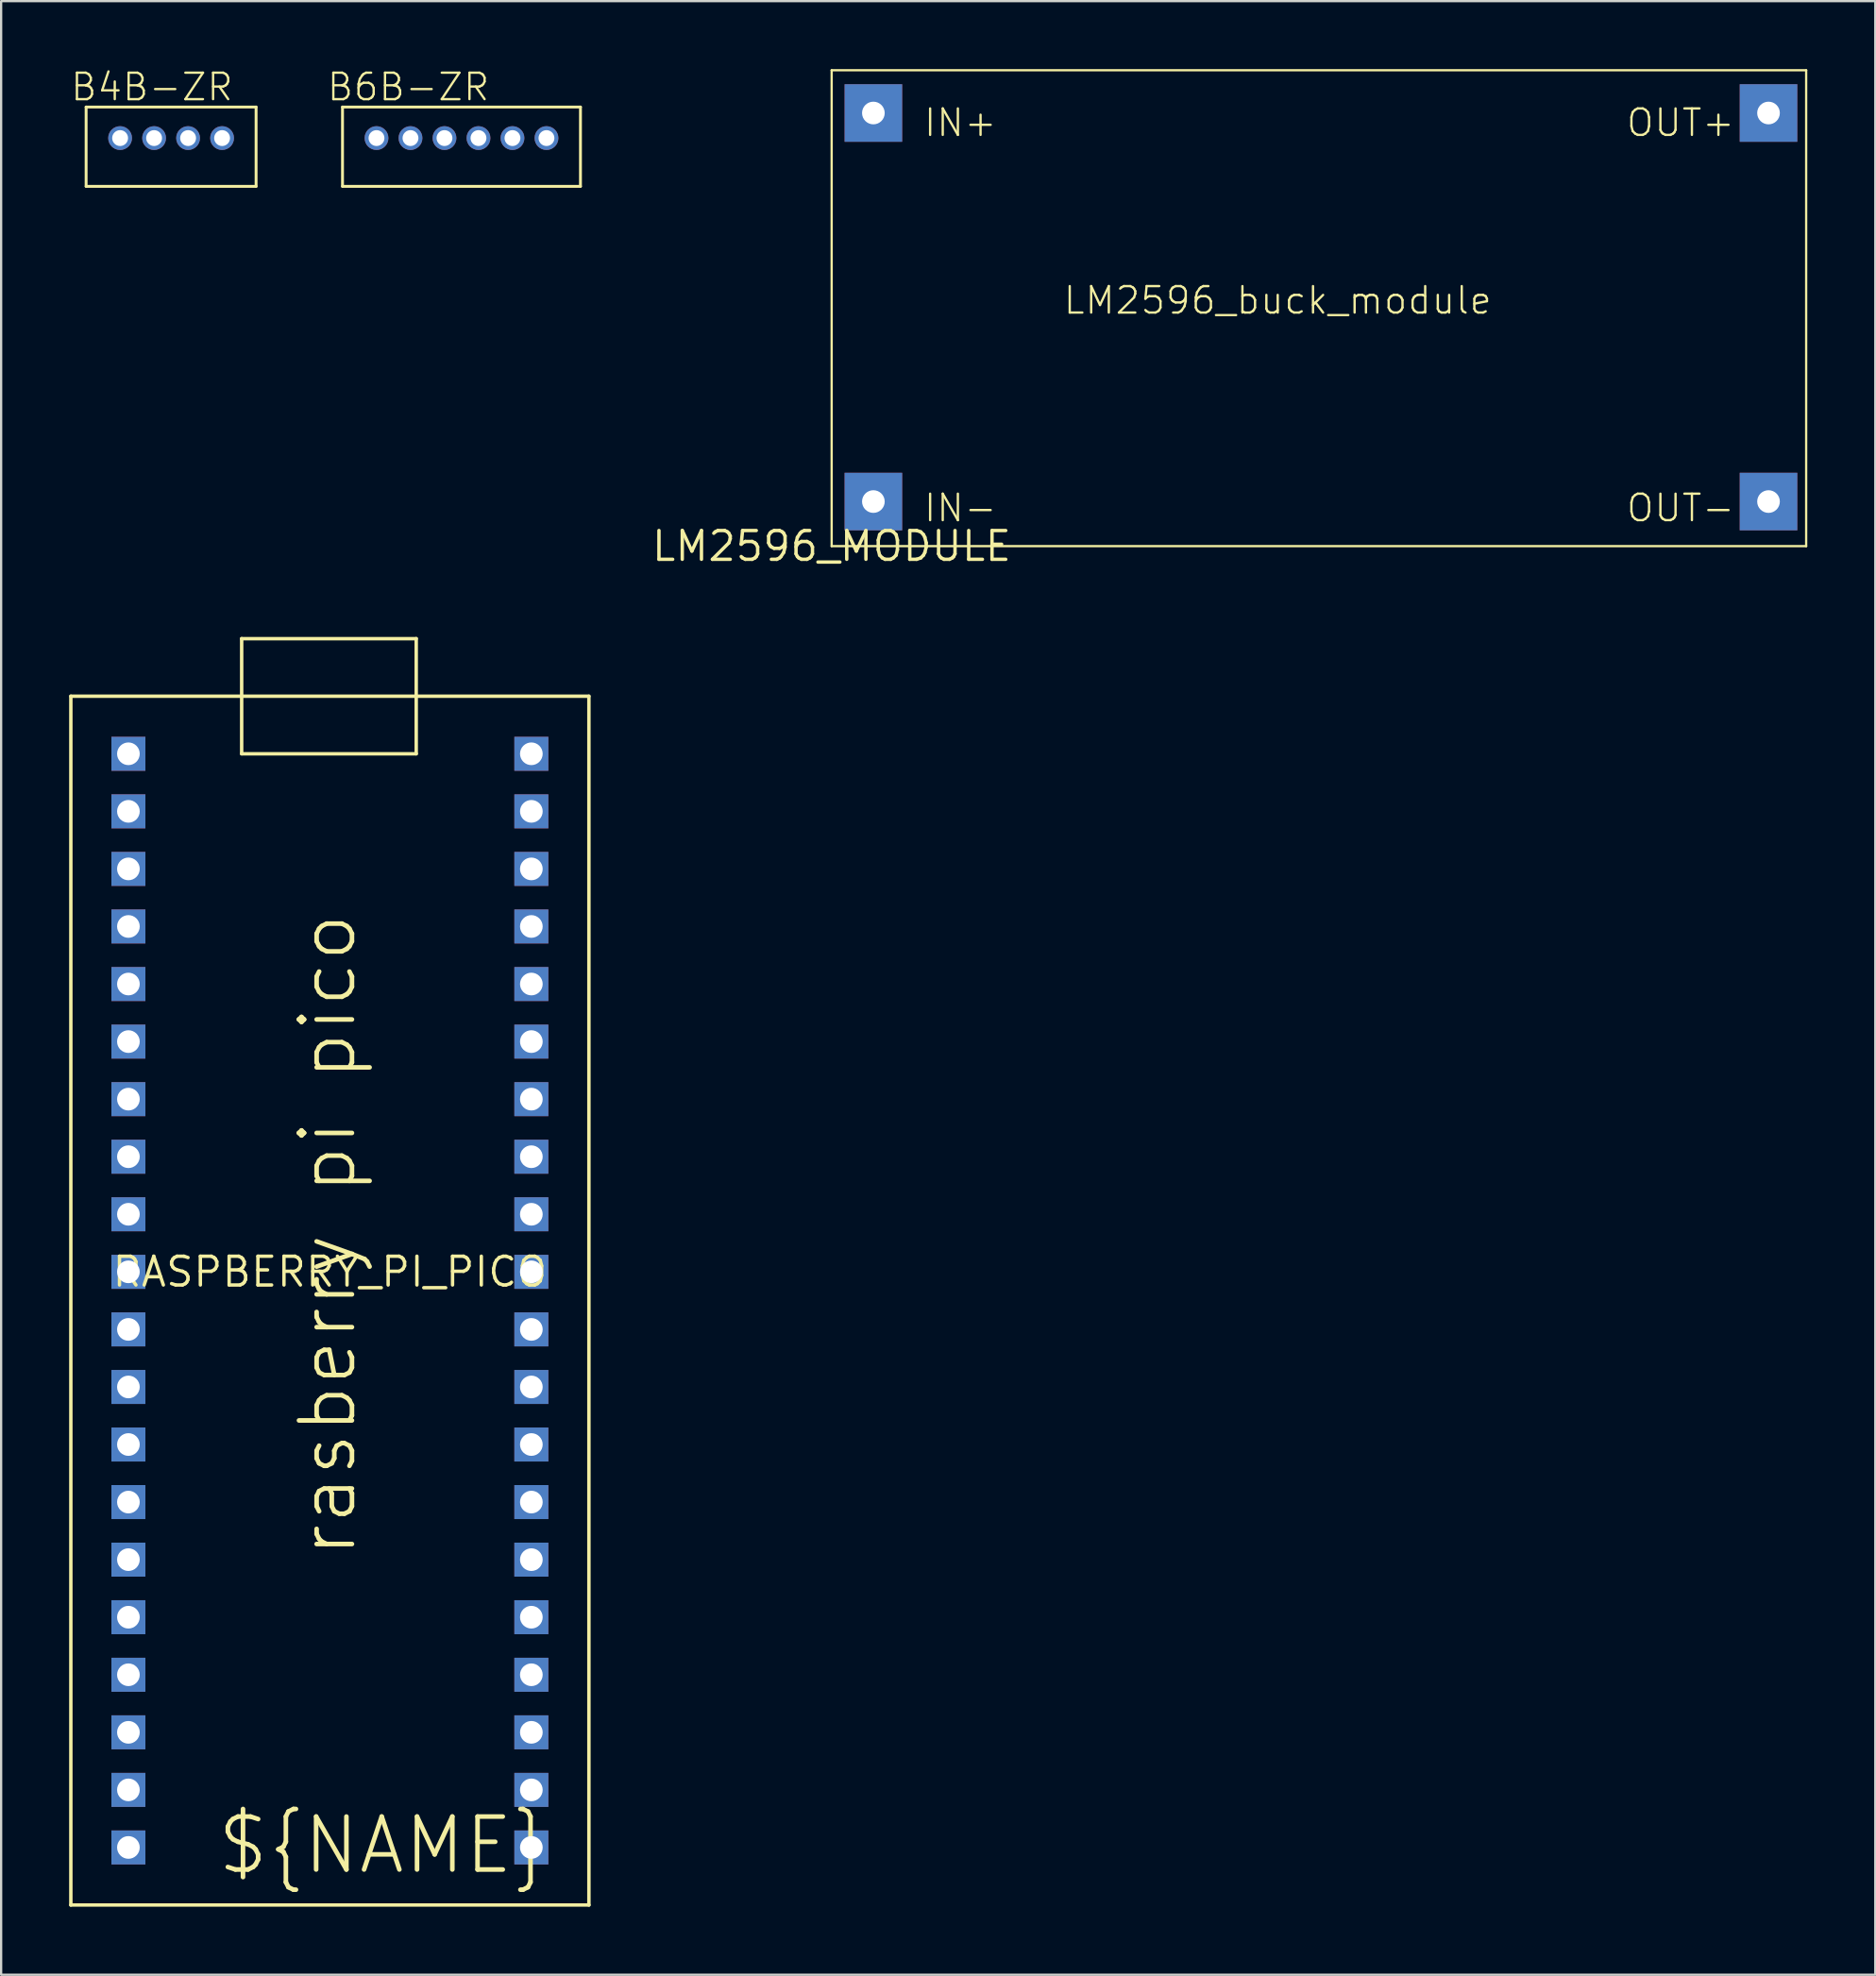
<source format=kicad_pcb>
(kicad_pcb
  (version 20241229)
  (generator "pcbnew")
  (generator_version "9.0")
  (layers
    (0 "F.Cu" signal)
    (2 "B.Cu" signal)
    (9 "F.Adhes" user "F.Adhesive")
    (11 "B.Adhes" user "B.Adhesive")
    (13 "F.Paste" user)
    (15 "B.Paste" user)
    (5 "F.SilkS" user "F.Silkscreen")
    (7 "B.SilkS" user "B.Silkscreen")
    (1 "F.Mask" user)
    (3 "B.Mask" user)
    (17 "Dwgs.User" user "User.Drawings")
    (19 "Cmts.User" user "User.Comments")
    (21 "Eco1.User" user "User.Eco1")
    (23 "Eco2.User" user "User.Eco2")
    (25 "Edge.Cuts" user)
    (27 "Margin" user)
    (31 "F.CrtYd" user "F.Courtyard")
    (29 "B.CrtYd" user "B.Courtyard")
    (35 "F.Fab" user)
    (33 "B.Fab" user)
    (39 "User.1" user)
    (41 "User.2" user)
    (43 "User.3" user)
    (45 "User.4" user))
  (footprint "RASPBERRY_PI_PICO"
    (layer "F.Cu")
    (at 11.506 53.072)
    (property "Reference" "RASPBERRY_PI_PICO" (at 0 0 0) (layer "F.SilkS") (effects (font (size 1.27 1.27) (thickness 0.15))))
    (fp_line (start -11.43 -25.4) (end -11.43 27.94) (stroke (width 0.152) (type solid)) (layer "F.SilkS"))
    (fp_line (start -11.43 27.94) (end 11.43 27.94) (stroke (width 0.152) (type solid)) (layer "F.SilkS"))
    (fp_line (start -3.893 -27.94) (end -3.893 -22.86) (stroke (width 0.152) (type solid)) (layer "F.SilkS"))
    (fp_line (start -3.893 -22.86) (end 3.81 -22.86) (stroke (width 0.152) (type solid)) (layer "F.SilkS"))
    (fp_line (start 3.81 -27.94) (end -3.893 -27.94) (stroke (width 0.152) (type solid)) (layer "F.SilkS"))
    (fp_line (start 3.81 -22.86) (end 3.81 -27.94) (stroke (width 0.152) (type solid)) (layer "F.SilkS"))
    (fp_line (start 11.43 -25.4) (end -11.43 -25.4) (stroke (width 0.152) (type solid)) (layer "F.SilkS"))
    (fp_line (start 11.43 27.94) (end 11.43 -25.4) (stroke (width 0.152) (type solid)) (layer "F.SilkS"))
    (fp_text user "rasberry pi pico" (at 1.27 12.7 90) (unlocked yes) (layer "F.SilkS") (effects (font (size 2.337 2.337) (thickness 0.203)) (justify left bottom)))
    (fp_text user "${NAME}" (at -5.08 26.67 0) (unlocked yes) (layer "F.SilkS") (effects (font (size 2.337 2.337) (thickness 0.203)) (justify left bottom)))
    (pad "3V3" thru_hole rect (at 8.89 -12.7) (size 1.5 1.5) (drill 1) (layers "*.Cu" "*.Mask"))
    (pad "3V3_EN" thru_hole rect (at 8.89 -15.24) (size 1.5 1.5) (drill 1) (layers "*.Cu" "*.Mask"))
    (pad "ADC_VREF" thru_hole rect (at 8.89 -10.16) (size 1.5 1.5) (drill 1) (layers "*.Cu" "*.Mask"))
    (pad "AGND" thru_hole rect (at 8.89 -5.08) (size 1.5 1.5) (drill 1) (layers "*.Cu" "*.Mask"))
    (pad "GND" thru_hole rect (at 8.89 -17.78) (size 1.5 1.5) (drill 1) (layers "*.Cu" "*.Mask"))
    (pad "GND2" thru_hole rect (at 8.89 7.62) (size 1.5 1.5) (drill 1) (layers "*.Cu" "*.Mask"))
    (pad "GND3" thru_hole rect (at 8.89 20.32) (size 1.5 1.5) (drill 1) (layers "*.Cu" "*.Mask"))
    (pad "GND4" thru_hole rect (at -8.89 -17.78) (size 1.5 1.5) (drill 1) (layers "*.Cu" "*.Mask"))
    (pad "GND5" thru_hole rect (at -8.89 -5.08) (size 1.5 1.5) (drill 1) (layers "*.Cu" "*.Mask"))
    (pad "GND6" thru_hole rect (at -8.89 7.62) (size 1.5 1.5) (drill 1) (layers "*.Cu" "*.Mask"))
    (pad "GND7" thru_hole rect (at -8.89 20.32) (size 1.5 1.5) (drill 1) (layers "*.Cu" "*.Mask"))
    (pad "GP0" thru_hole rect (at -8.89 -22.86) (size 1.5 1.5) (drill 1) (layers "*.Cu" "*.Mask"))
    (pad "GP1" thru_hole rect (at -8.89 -20.32) (size 1.5 1.5) (drill 1) (layers "*.Cu" "*.Mask"))
    (pad "GP2" thru_hole rect (at -8.89 -15.24) (size 1.5 1.5) (drill 1) (layers "*.Cu" "*.Mask"))
    (pad "GP3" thru_hole rect (at -8.89 -12.7) (size 1.5 1.5) (drill 1) (layers "*.Cu" "*.Mask"))
    (pad "GP4" thru_hole rect (at -8.89 -10.16) (size 1.5 1.5) (drill 1) (layers "*.Cu" "*.Mask"))
    (pad "GP5" thru_hole rect (at -8.89 -7.62) (size 1.5 1.5) (drill 1) (layers "*.Cu" "*.Mask"))
    (pad "GP6" thru_hole rect (at -8.89 -2.54) (size 1.5 1.5) (drill 1) (layers "*.Cu" "*.Mask"))
    (pad "GP7" thru_hole rect (at -8.89 0) (size 1.5 1.5) (drill 1) (layers "*.Cu" "*.Mask"))
    (pad "GP8" thru_hole rect (at -8.89 2.54) (size 1.5 1.5) (drill 1) (layers "*.Cu" "*.Mask"))
    (pad "GP9" thru_hole rect (at -8.89 5.08) (size 1.5 1.5) (drill 1) (layers "*.Cu" "*.Mask"))
    (pad "GP10" thru_hole rect (at -8.89 10.16) (size 1.5 1.5) (drill 1) (layers "*.Cu" "*.Mask"))
    (pad "GP11" thru_hole rect (at -8.89 12.7) (size 1.5 1.5) (drill 1) (layers "*.Cu" "*.Mask"))
    (pad "GP12" thru_hole rect (at -8.89 15.24) (size 1.5 1.5) (drill 1) (layers "*.Cu" "*.Mask"))
    (pad "GP13" thru_hole rect (at -8.89 17.78) (size 1.5 1.5) (drill 1) (layers "*.Cu" "*.Mask"))
    (pad "GP14" thru_hole rect (at -8.89 22.86) (size 1.5 1.5) (drill 1) (layers "*.Cu" "*.Mask"))
    (pad "GP15" thru_hole rect (at -8.89 25.4) (size 1.5 1.5) (drill 1) (layers "*.Cu" "*.Mask"))
    (pad "GP16" thru_hole rect (at 8.89 25.4) (size 1.5 1.5) (drill 1) (layers "*.Cu" "*.Mask"))
    (pad "GP17" thru_hole rect (at 8.89 22.86) (size 1.5 1.5) (drill 1) (layers "*.Cu" "*.Mask"))
    (pad "GP18" thru_hole rect (at 8.89 17.78) (size 1.5 1.5) (drill 1) (layers "*.Cu" "*.Mask"))
    (pad "GP19" thru_hole rect (at 8.89 15.24) (size 1.5 1.5) (drill 1) (layers "*.Cu" "*.Mask"))
    (pad "GP20" thru_hole rect (at 8.89 12.7) (size 1.5 1.5) (drill 1) (layers "*.Cu" "*.Mask"))
    (pad "GP21" thru_hole rect (at 8.89 10.16) (size 1.5 1.5) (drill 1) (layers "*.Cu" "*.Mask"))
    (pad "GP22" thru_hole rect (at 8.89 5.08) (size 1.5 1.5) (drill 1) (layers "*.Cu" "*.Mask"))
    (pad "GP26_A0" thru_hole rect (at 8.89 0) (size 1.5 1.5) (drill 1) (layers "*.Cu" "*.Mask"))
    (pad "GP27_A1" thru_hole rect (at 8.89 -2.54) (size 1.5 1.5) (drill 1) (layers "*.Cu" "*.Mask"))
    (pad "GP28_A2" thru_hole rect (at 8.89 -7.62) (size 1.5 1.5) (drill 1) (layers "*.Cu" "*.Mask"))
    (pad "RUN" thru_hole rect (at 8.89 2.54) (size 1.5 1.5) (drill 1) (layers "*.Cu" "*.Mask"))
    (pad "VBUS" thru_hole rect (at 8.89 -22.86) (size 1.5 1.5) (drill 1) (layers "*.Cu" "*.Mask"))
    (pad "VSYS" thru_hole rect (at 8.89 -20.32) (size 1.5 1.5) (drill 1) (layers "*.Cu" "*.Mask")))
  (footprint "B4B-ZR"
    (layer "F.Cu")
    (at 0.75 1.743)
    (property "Reference" "B4B-ZR" (at -0.75 -0.27 0) (unlocked yes) (layer "F.SilkS") (effects (font (size 1.168 1.168) (thickness 0.102)) (justify left bottom)))
    (fp_line (start 0 -0.07) (end 7.5 -0.07) (stroke (width 0.127) (type solid)) (layer "F.SilkS"))
    (fp_line (start 0 3.43) (end 0 -0.07) (stroke (width 0.127) (type solid)) (layer "F.SilkS"))
    (fp_line (start 7.5 -0.07) (end 7.5 3.43) (stroke (width 0.127) (type solid)) (layer "F.SilkS"))
    (fp_line (start 7.5 3.43) (end 0 3.43) (stroke (width 0.127) (type solid)) (layer "F.SilkS"))
    (pad "1" thru_hole circle (at 6 1.3) (size 1.05 1.05) (drill 0.7) (layers "*.Cu" "*.Mask"))
    (pad "2" thru_hole circle (at 4.5 1.3) (size 1.05 1.05) (drill 0.7) (layers "*.Cu" "*.Mask"))
    (pad "3" thru_hole circle (at 3 1.3) (size 1.05 1.05) (drill 0.7) (layers "*.Cu" "*.Mask"))
    (pad "4" thru_hole circle (at 1.5 1.3) (size 1.05 1.05) (drill 0.7) (layers "*.Cu" "*.Mask")))
  (footprint "B6B-ZR"
    (layer "F.Cu")
    (at 12.063 1.743)
    (property "Reference" "B6B-ZR" (at -0.75 -0.27 0) (unlocked yes) (layer "F.SilkS") (effects (font (size 1.168 1.168) (thickness 0.102)) (justify left bottom)))
    (fp_line (start 0 -0.07) (end 10.5 -0.07) (stroke (width 0.127) (type solid)) (layer "F.SilkS"))
    (fp_line (start 0 3.43) (end 0 -0.07) (stroke (width 0.127) (type solid)) (layer "F.SilkS"))
    (fp_line (start 10.5 -0.07) (end 10.5 3.43) (stroke (width 0.127) (type solid)) (layer "F.SilkS"))
    (fp_line (start 10.5 3.43) (end 0 3.43) (stroke (width 0.127) (type solid)) (layer "F.SilkS"))
    (pad "1" thru_hole circle (at 9 1.3) (size 1.05 1.05) (drill 0.7) (layers "*.Cu" "*.Mask"))
    (pad "2" thru_hole circle (at 7.5 1.3) (size 1.05 1.05) (drill 0.7) (layers "*.Cu" "*.Mask"))
    (pad "3" thru_hole circle (at 6 1.3) (size 1.05 1.05) (drill 0.7) (layers "*.Cu" "*.Mask"))
    (pad "4" thru_hole circle (at 4.5 1.3) (size 1.05 1.05) (drill 0.7) (layers "*.Cu" "*.Mask"))
    (pad "5" thru_hole circle (at 3 1.3) (size 1.05 1.05) (drill 0.7) (layers "*.Cu" "*.Mask"))
    (pad "6" thru_hole circle (at 1.5 1.3) (size 1.05 1.05) (drill 0.7) (layers "*.Cu" "*.Mask")))
  (footprint "LM2596_MODULE"
    (layer "F.Cu")
    (at 33.647 21.05)
    (property "Reference" "LM2596_MODULE" (at 0 0 0) (layer "F.SilkS") (effects (font (size 1.27 1.27) (thickness 0.15))))
    (fp_line (start 0 -21) (end 43 -21) (stroke (width 0.1) (type solid)) (layer "F.SilkS"))
    (fp_line (start 0 0) (end 0 -21) (stroke (width 0.1) (type solid)) (layer "F.SilkS"))
    (fp_line (start 43 -21) (end 43 0) (stroke (width 0.1) (type solid)) (layer "F.SilkS"))
    (fp_line (start 43 0) (end 0 0) (stroke (width 0.1) (type solid)) (layer "F.SilkS"))
    (fp_text user "OUT-" (at 35 -1 0) (unlocked yes) (layer "F.SilkS") (effects (font (size 1.168 1.168) (thickness 0.102)) (justify left bottom)))
    (fp_text user "IN+" (at 4 -18 0) (unlocked yes) (layer "F.SilkS") (effects (font (size 1.168 1.168) (thickness 0.102)) (justify left bottom)))
    (fp_text user "OUT+" (at 35 -18 0) (unlocked yes) (layer "F.SilkS") (effects (font (size 1.168 1.168) (thickness 0.102)) (justify left bottom)))
    (fp_text user "IN-" (at 4 -1 0) (unlocked yes) (layer "F.SilkS") (effects (font (size 1.168 1.168) (thickness 0.102)) (justify left bottom)))
    (fp_text user "LM2596_buck_module" (at 10.16 -10.16 0) (unlocked yes) (layer "F.SilkS") (effects (font (size 1.168 1.168) (thickness 0.102)) (justify left bottom)))
    (pad "IN+" thru_hole rect (at 1.841 -19.113) (size 2.54 2.54) (drill 1) (layers "*.Cu" "*.Mask"))
    (pad "IN-" thru_hole rect (at 1.841 -1.968) (size 2.54 2.54) (drill 1) (layers "*.Cu" "*.Mask"))
    (pad "OUT+" thru_hole rect (at 41.339 -19.113) (size 2.54 2.54) (drill 1) (layers "*.Cu" "*.Mask"))
    (pad "OUT-" thru_hole rect (at 41.339 -1.968) (size 2.54 2.54) (drill 1) (layers "*.Cu" "*.Mask")))
  (gr_rect
    (start -3 -3)
    (end 79.697 84.089)
    (stroke (width 0.1) (type default))
    (fill no)
    (layer "Edge.Cuts")))
</source>
